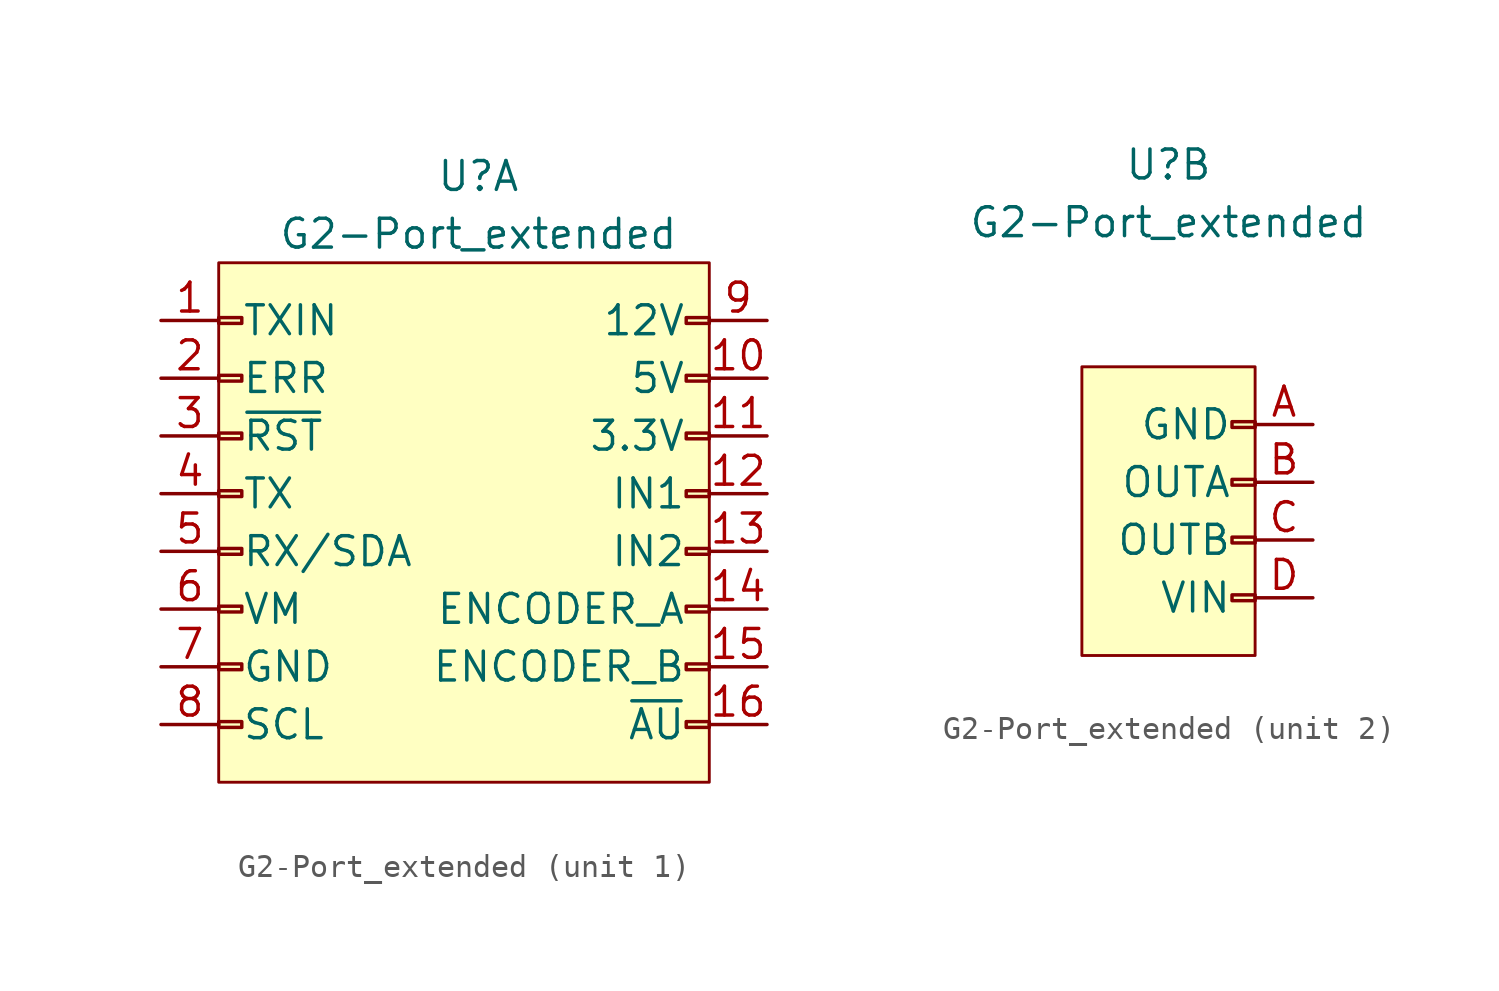
<source format=kicad_sym>
(kicad_symbol_lib
  (version 20220914)
  (generator kicad_symbol_editor)
  (symbol "G2-Port_extended"
    (pin_names
      (offset 1.016))
    (property "Reference" "U"
      (at 0 15.24 0)
      (effects (font (size 1.27 1.27))))
    (property "Value" "G2-Port_extended"
      (at 0 12.7 0)
      (effects (font (size 1.27 1.27))))
    (property "ki_locked" ""
      (at 0 0 0)
      (effects (font (size 1.27 1.27))))
    (symbol "G2-Port_extended_1_1"
      (rectangle (start -11.43 -8.763) (end -10.414 -9.017) (stroke (width 0.152) (type default)) (fill (type none)))
      (rectangle (start -11.43 -6.223) (end -10.414 -6.477) (stroke (width 0.152) (type default)) (fill (type none)))
      (rectangle (start -11.43 -3.683) (end -10.414 -3.937) (stroke (width 0.152) (type default)) (fill (type none)))
      (rectangle (start -11.43 -1.143) (end -10.414 -1.397) (stroke (width 0.152) (type default)) (fill (type none)))
      (rectangle (start -11.43 1.397) (end -10.414 1.143) (stroke (width 0.152) (type default)) (fill (type none)))
      (rectangle (start -11.43 3.937) (end -10.414 3.683) (stroke (width 0.152) (type default)) (fill (type none)))
      (rectangle (start -11.43 6.477) (end -10.414 6.223) (stroke (width 0.152) (type default)) (fill (type none)))
      (rectangle (start -11.43 9.017) (end -10.414 8.763) (stroke (width 0.152) (type default)) (fill (type none)))
      (rectangle (start -11.43 11.43) (end 10.16 -11.43) (stroke (width 0.127) (type default)) (fill (type background)))
      (rectangle (start 9.144 -8.763) (end 10.16 -9.017) (stroke (width 0.152) (type default)) (fill (type none)))
      (rectangle (start 9.144 -6.223) (end 10.16 -6.477) (stroke (width 0.152) (type default)) (fill (type none)))
      (rectangle (start 9.144 -3.683) (end 10.16 -3.937) (stroke (width 0.152) (type default)) (fill (type none)))
      (rectangle (start 9.144 -1.143) (end 10.16 -1.397) (stroke (width 0.152) (type default)) (fill (type none)))
      (rectangle (start 9.144 1.397) (end 10.16 1.143) (stroke (width 0.152) (type default)) (fill (type none)))
      (rectangle (start 9.144 3.937) (end 10.16 3.683) (stroke (width 0.152) (type default)) (fill (type none)))
      (rectangle (start 9.144 6.477) (end 10.16 6.223) (stroke (width 0.152) (type default)) (fill (type none)))
      (rectangle (start 9.144 9.017) (end 10.16 8.763) (stroke (width 0.152) (type default)) (fill (type none)))
      (pin input line (at -13.97 8.89 0) (length 2.54) (name "TXIN" (effects (font (size 1.27 1.27)))) (number "1" (effects (font (size 1.27 1.27)))))
      (pin power_in line (at 12.7 6.35 180) (length 2.54) (name "5V" (effects (font (size 1.27 1.27)))) (number "10" (effects (font (size 1.27 1.27)))))
      (pin power_in line (at 12.7 3.81 180) (length 2.54) (name "3.3V" (effects (font (size 1.27 1.27)))) (number "11" (effects (font (size 1.27 1.27)))))
      (pin input line (at 12.7 1.27 180) (length 2.54) (name "IN1" (effects (font (size 1.27 1.27)))) (number "12" (effects (font (size 1.27 1.27)))))
      (pin input line (at 12.7 -1.27 180) (length 2.54) (name "IN2" (effects (font (size 1.27 1.27)))) (number "13" (effects (font (size 1.27 1.27)))))
      (pin input line (at 12.7 -3.81 180) (length 2.54) (name "ENCODER_A" (effects (font (size 1.27 1.27)))) (number "14" (effects (font (size 1.27 1.27)))))
      (pin input line (at 12.7 -6.35 180) (length 2.54) (name "ENCODER_B" (effects (font (size 1.27 1.27)))) (number "15" (effects (font (size 1.27 1.27)))))
      (pin input line (at 12.7 -8.89 180) (length 2.54) (name "~{AU}" (effects (font (size 1.27 1.27)))) (number "16" (effects (font (size 1.27 1.27)))))
      (pin bidirectional line (at -13.97 6.35 0) (length 2.54) (name "ERR" (effects (font (size 1.27 1.27)))) (number "2" (effects (font (size 1.27 1.27)))))
      (pin input line (at -13.97 3.81 0) (length 2.54) (name "~{RST}" (effects (font (size 1.27 1.27)))) (number "3" (effects (font (size 1.27 1.27)))))
      (pin output line (at -13.97 1.27 0) (length 2.54) (name "TX" (effects (font (size 1.27 1.27)))) (number "4" (effects (font (size 1.27 1.27)))))
      (pin bidirectional line (at -13.97 -1.27 0) (length 2.54) (name "RX/SDA" (effects (font (size 1.27 1.27)))) (number "5" (effects (font (size 1.27 1.27)))))
      (pin power_out line (at -13.97 -3.81 0) (length 2.54) (name "VM" (effects (font (size 1.27 1.27)))) (number "6" (effects (font (size 1.27 1.27)))))
      (pin passive line (at -13.97 -6.35 0) (length 2.54) (name "GND" (effects (font (size 1.27 1.27)))) (number "7" (effects (font (size 1.27 1.27)))))
      (pin bidirectional line (at -13.97 -8.89 0) (length 2.54) (name "SCL" (effects (font (size 1.27 1.27)))) (number "8" (effects (font (size 1.27 1.27)))))
      (pin power_in line (at 12.7 8.89 180) (length 2.54) (name "12V" (effects (font (size 1.27 1.27)))) (number "9" (effects (font (size 1.27 1.27))))))
    (symbol "G2-Port_extended_2_1"
      (rectangle (start -3.81 6.35) (end 3.81 -6.35) (stroke (width 0.127) (type default)) (fill (type background)))
      (rectangle (start 2.794 -3.683) (end 3.81 -3.937) (stroke (width 0.152) (type default)) (fill (type none)))
      (rectangle (start 2.794 -1.143) (end 3.81 -1.397) (stroke (width 0.152) (type default)) (fill (type none)))
      (rectangle (start 2.794 1.397) (end 3.81 1.143) (stroke (width 0.152) (type default)) (fill (type none)))
      (rectangle (start 2.794 3.937) (end 3.81 3.683) (stroke (width 0.152) (type default)) (fill (type none)))
      (pin passive line (at 6.35 3.81 180) (length 2.54) (name "GND" (effects (font (size 1.27 1.27)))) (number "A" (effects (font (size 1.27 1.27)))))
      (pin power_out line (at 6.35 1.27 180) (length 2.54) (name "OUTA" (effects (font (size 1.27 1.27)))) (number "B" (effects (font (size 1.27 1.27)))))
      (pin power_out line (at 6.35 -1.27 180) (length 2.54) (name "OUTB" (effects (font (size 1.27 1.27)))) (number "C" (effects (font (size 1.27 1.27)))))
      (pin power_in line (at 6.35 -3.81 180) (length 2.54) (name "VIN" (effects (font (size 1.27 1.27)))) (number "D" (effects (font (size 1.27 1.27))))))))
</source>
